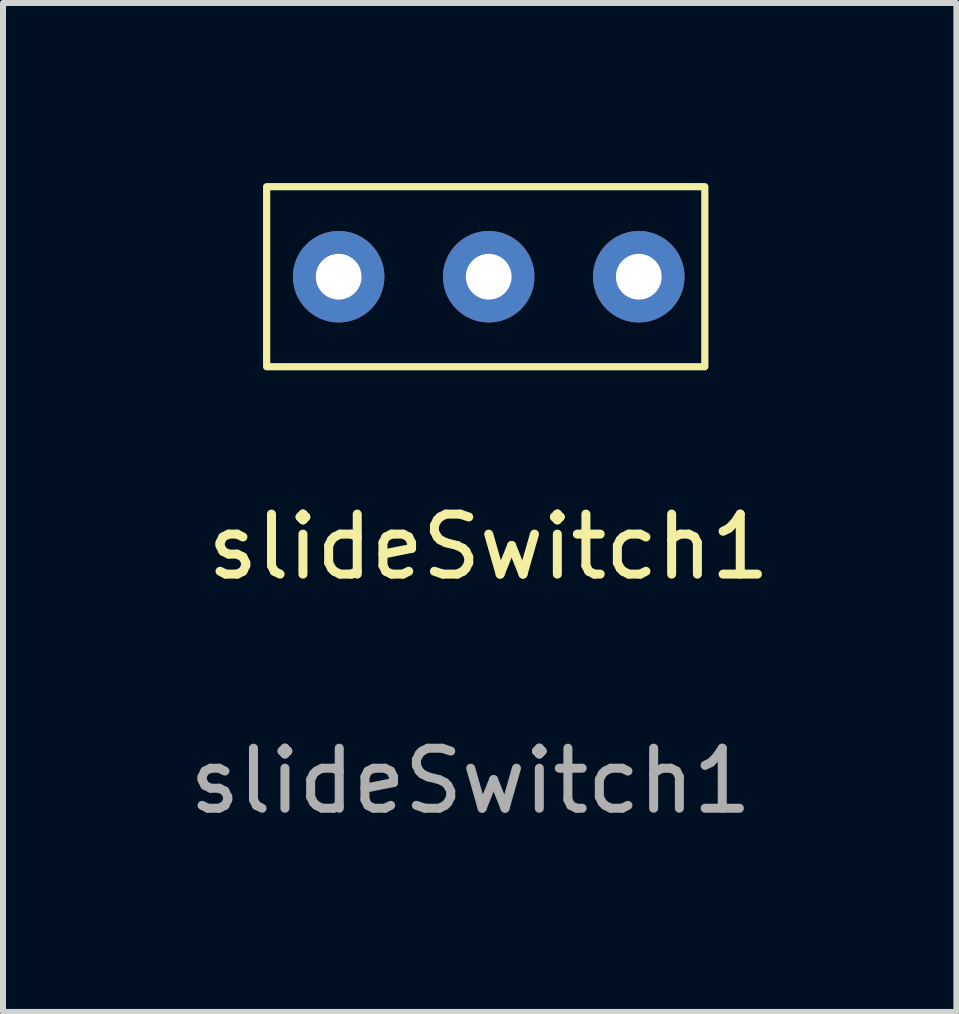
<source format=kicad_pcb>
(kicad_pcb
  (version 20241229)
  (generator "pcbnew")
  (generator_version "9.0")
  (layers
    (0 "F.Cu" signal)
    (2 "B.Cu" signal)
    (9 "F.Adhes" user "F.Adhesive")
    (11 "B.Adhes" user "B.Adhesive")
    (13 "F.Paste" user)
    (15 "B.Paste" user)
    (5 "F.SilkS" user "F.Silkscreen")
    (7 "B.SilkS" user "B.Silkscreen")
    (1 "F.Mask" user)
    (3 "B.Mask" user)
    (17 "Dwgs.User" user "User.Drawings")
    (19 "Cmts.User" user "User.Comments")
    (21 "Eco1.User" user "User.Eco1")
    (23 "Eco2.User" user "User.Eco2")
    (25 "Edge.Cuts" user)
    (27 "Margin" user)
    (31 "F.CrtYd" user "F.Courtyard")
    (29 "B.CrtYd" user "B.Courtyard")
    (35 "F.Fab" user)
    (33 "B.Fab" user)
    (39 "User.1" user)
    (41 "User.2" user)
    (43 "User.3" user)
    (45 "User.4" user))
  (footprint "slideSwitch1"
    (layer "F.Cu")
    (at 5.092 1.56)
    (property "Reference" "slideSwitch1" (at 0 4.5 0) (unlocked yes) (layer "F.SilkS") (effects (font (size 1 1) (thickness 0.15))))
    (attr through_hole)
    (fp_rect (start -3.7 -1.5) (end 3.6 1.5) (stroke (width 0.12) (type solid)) (fill no) (layer "F.SilkS"))
    (fp_text user "${REFERENCE}" (at -0.3 8.4 0) (unlocked yes) (layer "F.Fab") (effects (font (size 1 1) (thickness 0.15))))
    (pad "1" thru_hole circle (at 2.5 0) (size 1.524 1.524) (drill 0.762) (layers "*.Cu" "*.Mask"))
    (pad "2" thru_hole circle (at 0 0) (size 1.524 1.524) (drill 0.762) (layers "*.Cu" "*.Mask"))
    (pad "3" thru_hole circle (at -2.5 0) (size 1.524 1.524) (drill 0.762) (layers "*.Cu" "*.Mask")))
  (gr_rect
    (start -3 -3)
    (end 12.883 13.808)
    (stroke (width 0.1) (type default))
    (fill no)
    (layer "Edge.Cuts")))
</source>
